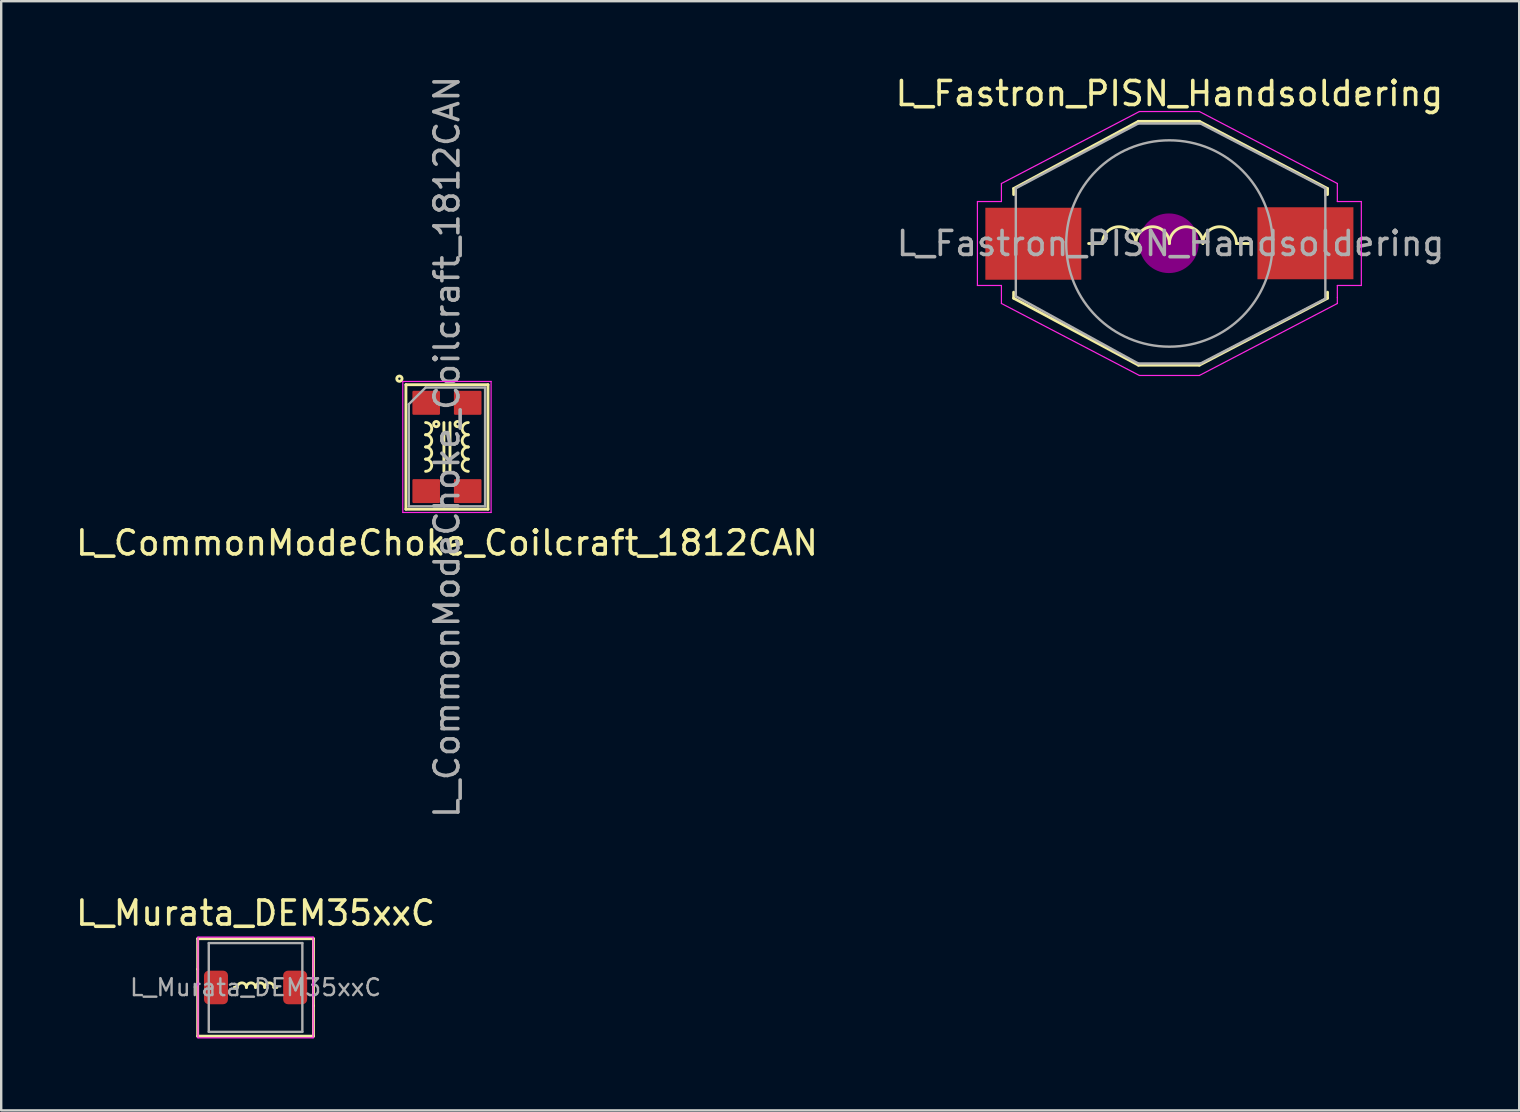
<source format=kicad_pcb>
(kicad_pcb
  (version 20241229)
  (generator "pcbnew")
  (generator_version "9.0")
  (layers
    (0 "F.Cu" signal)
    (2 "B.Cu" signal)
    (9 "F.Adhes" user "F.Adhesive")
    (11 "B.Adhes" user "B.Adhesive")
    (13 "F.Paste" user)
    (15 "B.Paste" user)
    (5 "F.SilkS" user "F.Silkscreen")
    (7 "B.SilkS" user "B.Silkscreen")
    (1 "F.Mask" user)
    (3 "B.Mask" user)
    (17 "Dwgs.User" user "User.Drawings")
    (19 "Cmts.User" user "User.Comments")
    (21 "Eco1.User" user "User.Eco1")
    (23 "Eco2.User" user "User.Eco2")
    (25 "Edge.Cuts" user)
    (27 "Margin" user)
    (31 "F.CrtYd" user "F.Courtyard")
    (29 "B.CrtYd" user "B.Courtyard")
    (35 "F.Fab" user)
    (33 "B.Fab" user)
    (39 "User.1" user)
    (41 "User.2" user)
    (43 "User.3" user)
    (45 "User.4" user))
  (footprint "L_Fastron_PISN_Handsoldering"
    (layer "F.Cu")
    (at 45.685 7.098)
    (property "Reference" "L_Fastron_PISN_Handsoldering" (at 0 -6.25 0) (layer "F.SilkS") (effects (font (size 1 1) (thickness 0.15))))
    (attr smd)
    (fp_line (start -6.49 -2.29) (end -6.49 -2.04) (stroke (width 0.12) (type solid)) (layer "F.SilkS"))
    (fp_line (start -6.49 2.28) (end -6.49 2.03) (stroke (width 0.12) (type solid)) (layer "F.SilkS"))
    (fp_line (start -3.365 0) (end -2.794 0) (stroke (width 0.12) (type solid)) (layer "F.SilkS"))
    (fp_line (start -1.29 -5.09) (end -6.49 -2.29) (stroke (width 0.12) (type solid)) (layer "F.SilkS"))
    (fp_line (start -1.29 -5.09) (end 1.25 -5.09) (stroke (width 0.12) (type solid)) (layer "F.SilkS"))
    (fp_line (start -1.29 5.07) (end -6.49 2.28) (stroke (width 0.12) (type solid)) (layer "F.SilkS"))
    (fp_line (start -1.29 5.07) (end 1.25 5.07) (stroke (width 0.12) (type solid)) (layer "F.SilkS"))
    (fp_line (start 1.25 -5.09) (end 6.59 -2.29) (stroke (width 0.12) (type solid)) (layer "F.SilkS"))
    (fp_line (start 1.25 5.07) (end 6.59 2.28) (stroke (width 0.12) (type solid)) (layer "F.SilkS"))
    (fp_line (start 2.794 0) (end 3.365 0) (stroke (width 0.12) (type solid)) (layer "F.SilkS"))
    (fp_line (start 6.59 -2.29) (end 6.59 -2.04) (stroke (width 0.12) (type solid)) (layer "F.SilkS"))
    (fp_line (start 6.59 2.28) (end 6.59 2.03) (stroke (width 0.12) (type solid)) (layer "F.SilkS"))
    (fp_arc (start -2.794 0) (mid -2.0955 -0.6985) (end -1.397 0) (stroke (width 0.12) (type solid)) (layer "F.SilkS"))
    (fp_arc (start -1.397 0) (mid -0.6985 -0.6985) (end 0 0) (stroke (width 0.12) (type solid)) (layer "F.SilkS"))
    (fp_arc (start 0 0) (mid 0.6985 -0.6985) (end 1.397 0) (stroke (width 0.12) (type solid)) (layer "F.SilkS"))
    (fp_arc (start 1.397 0) (mid 2.0955 -0.6985) (end 2.794 0) (stroke (width 0.12) (type solid)) (layer "F.SilkS"))
    (fp_line (start -0.02 -0.26) (end -0.02 0.25) (stroke (width 0.38) (type solid)) (layer "F.Adhes"))
    (fp_circle (center -0.02 -0.01) (end -0.02 0.5) (stroke (width 0.38) (type solid)) (fill no) (layer "F.Adhes"))
    (fp_circle (center -0.02 -0.01) (end 0.24 -0.01) (stroke (width 0.38) (type solid)) (fill no) (layer "F.Adhes"))
    (fp_circle (center -0.02 -0.01) (end 0.24 0.76) (stroke (width 0.38) (type solid)) (fill no) (layer "F.Adhes"))
    (fp_circle (center -0.02 -0.01) (end 0.24 1.01) (stroke (width 0.38) (type solid)) (fill no) (layer "F.Adhes"))
    (fp_line (start -8 -1.75) (end -8 1.75) (stroke (width 0.05) (type solid)) (layer "F.CrtYd"))
    (fp_line (start -8 1.75) (end -7 1.75) (stroke (width 0.05) (type solid)) (layer "F.CrtYd"))
    (fp_line (start -7 -2.5) (end -7 -1.75) (stroke (width 0.05) (type solid)) (layer "F.CrtYd"))
    (fp_line (start -7 -2.5) (end -1.25 -5.5) (stroke (width 0.05) (type solid)) (layer "F.CrtYd"))
    (fp_line (start -7 -1.75) (end -8 -1.75) (stroke (width 0.05) (type solid)) (layer "F.CrtYd"))
    (fp_line (start -7 1.75) (end -7 2.5) (stroke (width 0.05) (type solid)) (layer "F.CrtYd"))
    (fp_line (start -1.25 -5.5) (end 1.25 -5.5) (stroke (width 0.05) (type solid)) (layer "F.CrtYd"))
    (fp_line (start -1.25 5.5) (end -7 2.5) (stroke (width 0.05) (type solid)) (layer "F.CrtYd"))
    (fp_line (start 1.25 -5.5) (end 7 -2.5) (stroke (width 0.05) (type solid)) (layer "F.CrtYd"))
    (fp_line (start 1.25 5.5) (end -1.25 5.5) (stroke (width 0.05) (type solid)) (layer "F.CrtYd"))
    (fp_line (start 7 -1.75) (end 7 -2.5) (stroke (width 0.05) (type solid)) (layer "F.CrtYd"))
    (fp_line (start 7 1.75) (end 8 1.75) (stroke (width 0.05) (type solid)) (layer "F.CrtYd"))
    (fp_line (start 7 2.25) (end 7 1.75) (stroke (width 0.05) (type solid)) (layer "F.CrtYd"))
    (fp_line (start 7 2.25) (end 7 2.5) (stroke (width 0.05) (type solid)) (layer "F.CrtYd"))
    (fp_line (start 7 2.5) (end 1.25 5.5) (stroke (width 0.05) (type solid)) (layer "F.CrtYd"))
    (fp_line (start 8 -1.75) (end 7 -1.75) (stroke (width 0.05) (type solid)) (layer "F.CrtYd"))
    (fp_line (start 8 1.75) (end 8 -1.75) (stroke (width 0.05) (type solid)) (layer "F.CrtYd"))
    (fp_line (start -6.4 -2.3) (end -1.3 -5) (stroke (width 0.1) (type solid)) (layer "F.Fab"))
    (fp_line (start -6.4 -2) (end -6.4 -2.3) (stroke (width 0.1) (type solid)) (layer "F.Fab"))
    (fp_line (start -6.4 -2) (end -6.4 2.2) (stroke (width 0.1) (type solid)) (layer "F.Fab"))
    (fp_line (start -6.4 2.2) (end -1.3 5) (stroke (width 0.1) (type solid)) (layer "F.Fab"))
    (fp_line (start -1.3 -5) (end 1.3 -5) (stroke (width 0.1) (type solid)) (layer "F.Fab"))
    (fp_line (start -1.3 5) (end 1.3 5) (stroke (width 0.1) (type solid)) (layer "F.Fab"))
    (fp_line (start 1.3 -5) (end 6.5 -2.3) (stroke (width 0.1) (type solid)) (layer "F.Fab"))
    (fp_line (start 1.3 5) (end 6.5 2.3) (stroke (width 0.1) (type solid)) (layer "F.Fab"))
    (fp_line (start 6.5 -2.3) (end 6.5 -2) (stroke (width 0.1) (type solid)) (layer "F.Fab"))
    (fp_line (start 6.5 2.3) (end 6.5 -2.2) (stroke (width 0.1) (type solid)) (layer "F.Fab"))
    (fp_circle (center 0 0) (end 0 -4.3) (stroke (width 0.1) (type solid)) (fill no) (layer "F.Fab"))
    (fp_text user "${REFERENCE}" (at 0.05 0 0) (layer "F.Fab") (effects (font (size 1 1) (thickness 0.15))))
    (pad "1" smd rect (at 5.67 -0.01) (size 4 3) (layers "F.Cu" "F.Mask" "F.Paste"))
    (pad "2" smd rect (at -5.67 0.01) (size 4 3) (layers "F.Cu" "F.Mask" "F.Paste")))
  (footprint "L_Murata_DEM35xxC"
    (layer "F.Cu")
    (at 7.601 38.103)
    (property "Reference" "L_Murata_DEM35xxC" (at 0 -3.1 0) (layer "F.SilkS") (effects (font (size 1 1) (thickness 0.15))))
    (attr smd)
    (fp_line (start -2.413 -2.032) (end 2.413 -2.032) (stroke (width 0.12) (type solid)) (layer "F.SilkS"))
    (fp_line (start -2.413 -0.762) (end -2.413 -2.032) (stroke (width 0.12) (type solid)) (layer "F.SilkS"))
    (fp_line (start -2.413 2.032) (end -2.413 -0.762) (stroke (width 0.12) (type solid)) (layer "F.SilkS"))
    (fp_line (start -0.762 0) (end -0.889 0) (stroke (width 0.12) (type solid)) (layer "F.SilkS"))
    (fp_line (start 0.762 0) (end 0.889 0) (stroke (width 0.12) (type solid)) (layer "F.SilkS"))
    (fp_line (start 2.413 -2.032) (end 2.413 0.762) (stroke (width 0.12) (type solid)) (layer "F.SilkS"))
    (fp_line (start 2.413 0.762) (end 2.413 2.032) (stroke (width 0.12) (type solid)) (layer "F.SilkS"))
    (fp_line (start 2.413 2.032) (end -2.413 2.032) (stroke (width 0.12) (type solid)) (layer "F.SilkS"))
    (fp_arc (start -0.762 0) (mid -0.5715 -0.1905) (end -0.381 0) (stroke (width 0.12) (type solid)) (layer "F.SilkS"))
    (fp_arc (start -0.381 0) (mid -0.1905 -0.1905) (end 0 0) (stroke (width 0.12) (type solid)) (layer "F.SilkS"))
    (fp_arc (start 0 0) (mid 0.1905 -0.1905) (end 0.381 0) (stroke (width 0.12) (type solid)) (layer "F.SilkS"))
    (fp_arc (start 0.381 0) (mid 0.5715 -0.1905) (end 0.762 0) (stroke (width 0.12) (type solid)) (layer "F.SilkS"))
    (fp_line (start -2.4 -2.1) (end -2.4 2.1) (stroke (width 0.05) (type solid)) (layer "F.CrtYd"))
    (fp_line (start -2.4 2.1) (end 2.4 2.1) (stroke (width 0.05) (type solid)) (layer "F.CrtYd"))
    (fp_line (start 2.4 -2.1) (end -2.4 -2.1) (stroke (width 0.05) (type solid)) (layer "F.CrtYd"))
    (fp_line (start 2.4 2.1) (end 2.4 -2.1) (stroke (width 0.05) (type solid)) (layer "F.CrtYd"))
    (fp_line (start -1.95 -1.85) (end 1.95 -1.85) (stroke (width 0.1) (type solid)) (layer "F.Fab"))
    (fp_line (start -1.95 1.85) (end -1.95 -1.85) (stroke (width 0.1) (type solid)) (layer "F.Fab"))
    (fp_line (start 1.95 -1.85) (end 1.95 1.85) (stroke (width 0.1) (type solid)) (layer "F.Fab"))
    (fp_line (start 1.95 1.85) (end -1.95 1.85) (stroke (width 0.1) (type solid)) (layer "F.Fab"))
    (fp_text user "${REFERENCE}" (at 0 0 0) (layer "F.Fab") (effects (font (size 0.7 0.7) (thickness 0.1))))
    (pad "1" smd roundrect (at -1.65 0) (size 1 1.4) (layers "F.Cu" "F.Mask" "F.Paste") (roundrect_rratio 0.2))
    (pad "2" smd roundrect (at 1.65 0) (size 1 1.4) (layers "F.Cu" "F.Mask" "F.Paste") (roundrect_rratio 0.2)))
  (footprint "L_CommonModeChoke_Coilcraft_1812CAN"
    (layer "F.Cu")
    (at 15.577 15.577)
    (property "Reference" "L_CommonModeChoke_Coilcraft_1812CAN" (at 0 4 0) (layer "F.SilkS") (effects (font (size 1 1) (thickness 0.15))))
    (attr smd)
    (fp_line (start -1.71 -2.595) (end -1.71 2.595) (stroke (width 0.12) (type solid)) (layer "F.SilkS"))
    (fp_line (start -1.71 -2.595) (end 1.71 -2.595) (stroke (width 0.12) (type solid)) (layer "F.SilkS"))
    (fp_line (start -1.71 2.595) (end 1.71 2.595) (stroke (width 0.12) (type solid)) (layer "F.SilkS"))
    (fp_line (start -0.127 -1.016) (end -0.127 1.016) (stroke (width 0.12) (type solid)) (layer "F.SilkS"))
    (fp_line (start 0.127 1.016) (end 0.127 -1.016) (stroke (width 0.12) (type solid)) (layer "F.SilkS"))
    (fp_line (start 1.71 -2.595) (end 1.71 2.595) (stroke (width 0.12) (type solid)) (layer "F.SilkS"))
    (fp_arc (start -0.889 -1.016) (mid -0.635 -0.762) (end -0.889 -0.508) (stroke (width 0.12) (type solid)) (layer "F.SilkS"))
    (fp_arc (start -0.889 -0.508) (mid -0.635 -0.254) (end -0.889 0) (stroke (width 0.12) (type solid)) (layer "F.SilkS"))
    (fp_arc (start -0.889 0) (mid -0.635 0.254) (end -0.889 0.508) (stroke (width 0.12) (type solid)) (layer "F.SilkS"))
    (fp_arc (start -0.889 0.508) (mid -0.635 0.762) (end -0.889 1.016) (stroke (width 0.12) (type solid)) (layer "F.SilkS"))
    (fp_arc (start 0.889 -0.508) (mid 0.635 -0.762) (end 0.889 -1.016) (stroke (width 0.12) (type solid)) (layer "F.SilkS"))
    (fp_arc (start 0.889 0) (mid 0.635 -0.254) (end 0.889 -0.508) (stroke (width 0.12) (type solid)) (layer "F.SilkS"))
    (fp_arc (start 0.889 0.508) (mid 0.635 0.254) (end 0.889 0) (stroke (width 0.12) (type solid)) (layer "F.SilkS"))
    (fp_arc (start 0.889 1.016) (mid 0.635 0.762) (end 0.889 0.508) (stroke (width 0.12) (type solid)) (layer "F.SilkS"))
    (fp_circle (center -1.981 -2.845) (end -1.93 -2.845) (stroke (width 0.12) (type solid)) (fill no) (layer "F.SilkS"))
    (fp_circle (center -0.445 -0.953) (end -0.394 -0.953) (stroke (width 0.12) (type solid)) (fill no) (layer "F.SilkS"))
    (fp_circle (center 0.445 -0.953) (end 0.495 -0.953) (stroke (width 0.12) (type solid)) (fill no) (layer "F.SilkS"))
    (fp_line (start -1.84 -2.73) (end 1.84 -2.73) (stroke (width 0.05) (type solid)) (layer "F.CrtYd"))
    (fp_line (start -1.84 2.73) (end -1.84 -2.73) (stroke (width 0.05) (type solid)) (layer "F.CrtYd"))
    (fp_line (start -1.84 2.73) (end 1.84 2.73) (stroke (width 0.05) (type solid)) (layer "F.CrtYd"))
    (fp_line (start 1.84 2.73) (end 1.84 -2.73) (stroke (width 0.05) (type solid)) (layer "F.CrtYd"))
    (fp_line (start -1.59 -1.78) (end -1.59 2.475) (stroke (width 0.1) (type solid)) (layer "F.Fab"))
    (fp_line (start -1.59 -1.78) (end -0.89 -2.475) (stroke (width 0.1) (type solid)) (layer "F.Fab"))
    (fp_line (start -1.59 2.475) (end 1.59 2.475) (stroke (width 0.1) (type solid)) (layer "F.Fab"))
    (fp_line (start -0.89 -2.475) (end 1.59 -2.475) (stroke (width 0.1) (type solid)) (layer "F.Fab"))
    (fp_line (start 1.59 -2.475) (end 1.59 2.475) (stroke (width 0.1) (type solid)) (layer "F.Fab"))
    (fp_text user "${REFERENCE}" (at 0 0 90) (layer "F.Fab") (effects (font (size 1 1) (thickness 0.15))))
    (pad "1" smd roundrect (at -0.865 -1.84) (size 1.15 1) (layers "F.Cu" "F.Mask" "F.Paste") (roundrect_rratio 0.05))
    (pad "2" smd roundrect (at -0.865 1.84) (size 1.15 1) (layers "F.Cu" "F.Mask" "F.Paste") (roundrect_rratio 0.05))
    (pad "3" smd roundrect (at 0.865 1.84) (size 1.15 1) (layers "F.Cu" "F.Mask" "F.Paste") (roundrect_rratio 0.05))
    (pad "4" smd roundrect (at 0.865 -1.84) (size 1.15 1) (layers "F.Cu" "F.Mask" "F.Paste") (roundrect_rratio 0.05)))
  (gr_rect
    (start -3 -3)
    (end 60.264 43.228)
    (stroke (width 0.1) (type default))
    (fill no)
    (layer "Edge.Cuts")))
</source>
